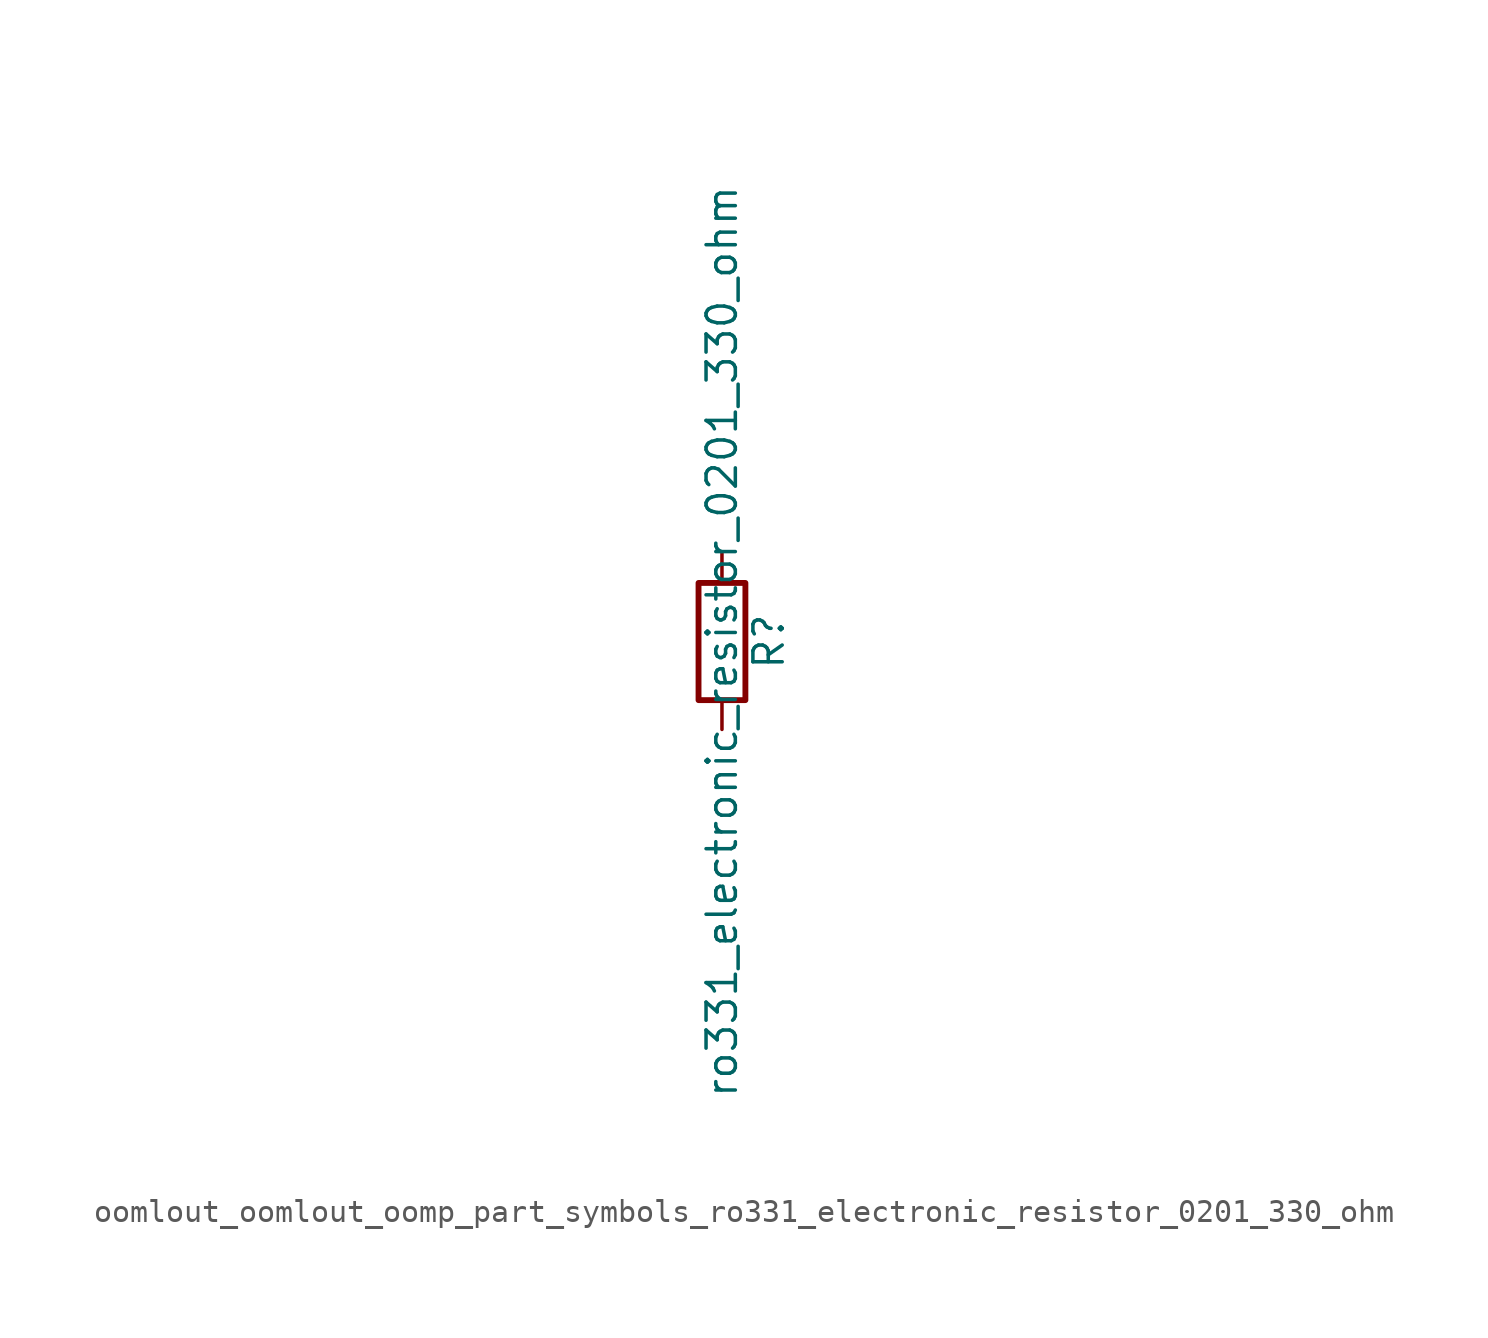
<source format=kicad_sym>
(kicad_symbol_lib
  (version 20220914)
  (generator kicad_symbol_editor)
  (symbol "oomlout_oomlout_oomp_part_symbols_ro331_electronic_resistor_0201_330_ohm"
    (pin_numbers hide)
    (pin_names
      (offset 0))
    (property "Reference" "R"
      (at 2.032 0 90)
      (effects (font (size 1.27 1.27))))
    (property "Value" "ro331_electronic_resistor_0201_330_ohm"
      (at 0 0 90)
      (effects (font (size 1.27 1.27))))
    (symbol "oomlout_oomlout_oomp_part_symbols_ro331_electronic_resistor_0201_330_ohm_0_1"
      (rectangle (start -1.016 -2.54) (end 1.016 2.54) (stroke (width 0.254) (type default)) (fill (type none))))
    (symbol "oomlout_oomlout_oomp_part_symbols_ro331_electronic_resistor_0201_330_ohm_1_1"
      (pin passive line (at 0 3.81 270) (length 1.27) (name "~" (effects (font (size 1.27 1.27)))) (number "1" (effects (font (size 1.27 1.27)))))
      (pin passive line (at 0 -3.81 90) (length 1.27) (name "~" (effects (font (size 1.27 1.27)))) (number "2" (effects (font (size 1.27 1.27))))))))
</source>
